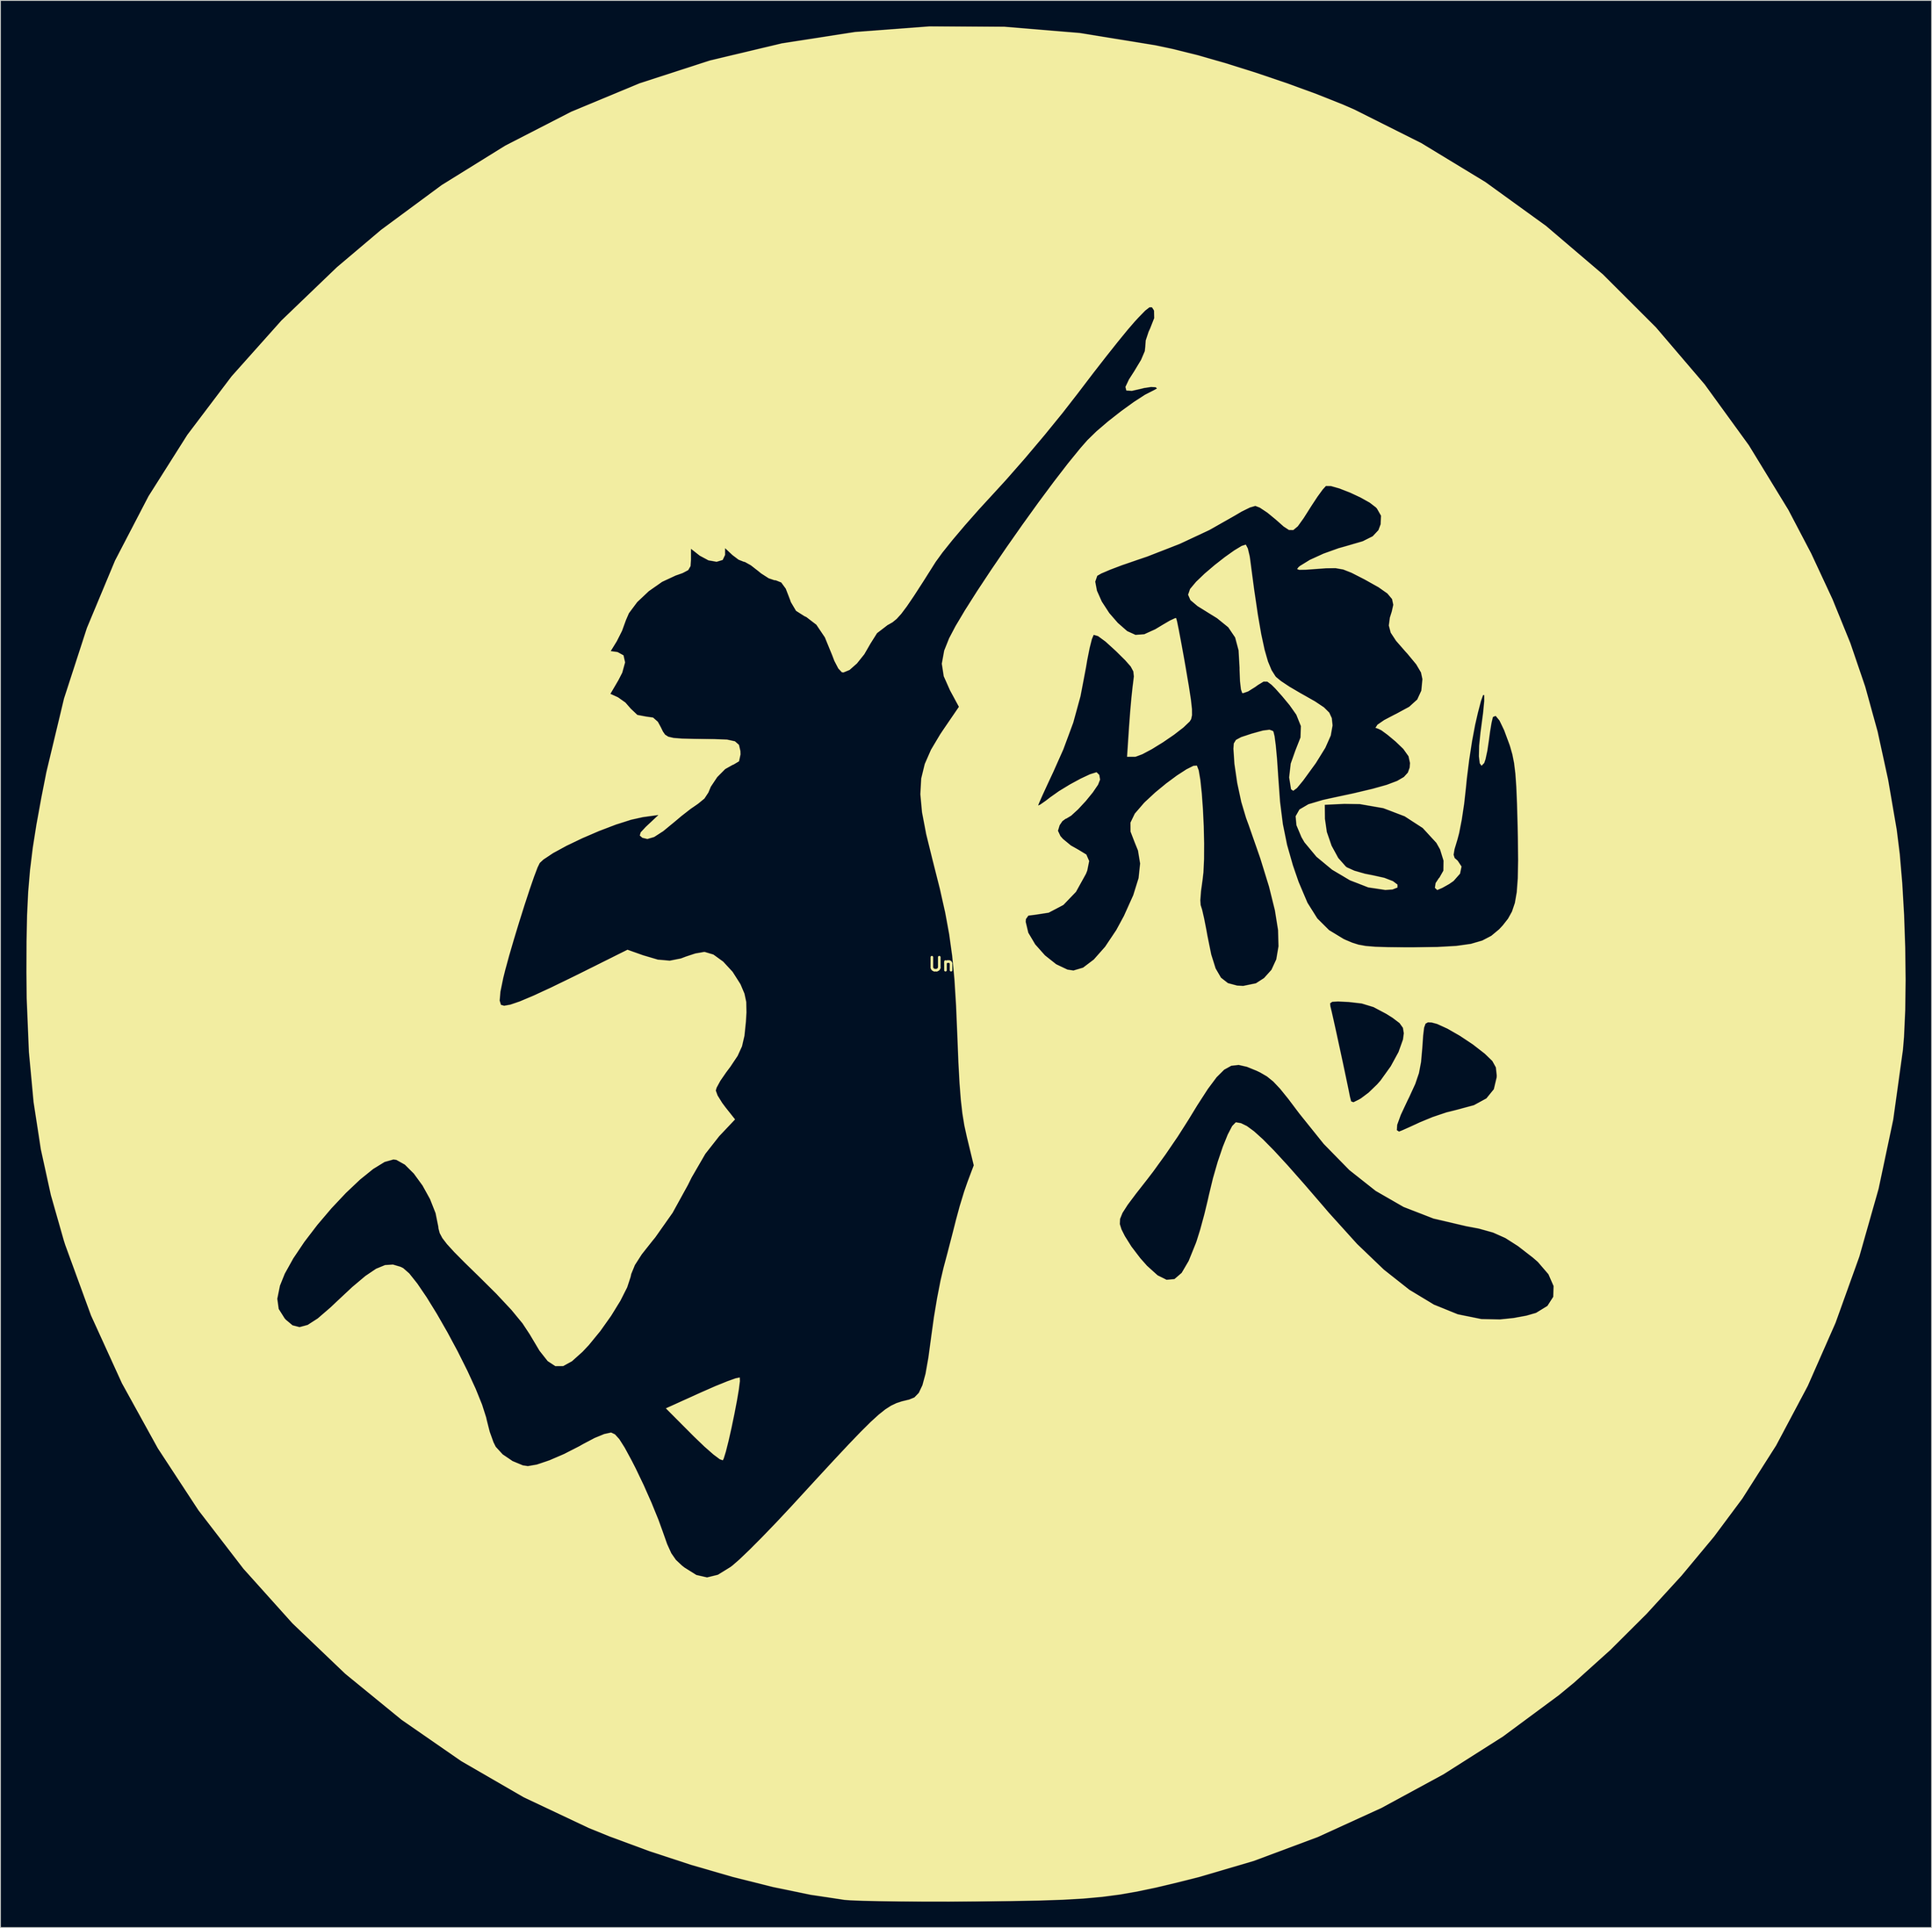
<source format=kicad_pcb>
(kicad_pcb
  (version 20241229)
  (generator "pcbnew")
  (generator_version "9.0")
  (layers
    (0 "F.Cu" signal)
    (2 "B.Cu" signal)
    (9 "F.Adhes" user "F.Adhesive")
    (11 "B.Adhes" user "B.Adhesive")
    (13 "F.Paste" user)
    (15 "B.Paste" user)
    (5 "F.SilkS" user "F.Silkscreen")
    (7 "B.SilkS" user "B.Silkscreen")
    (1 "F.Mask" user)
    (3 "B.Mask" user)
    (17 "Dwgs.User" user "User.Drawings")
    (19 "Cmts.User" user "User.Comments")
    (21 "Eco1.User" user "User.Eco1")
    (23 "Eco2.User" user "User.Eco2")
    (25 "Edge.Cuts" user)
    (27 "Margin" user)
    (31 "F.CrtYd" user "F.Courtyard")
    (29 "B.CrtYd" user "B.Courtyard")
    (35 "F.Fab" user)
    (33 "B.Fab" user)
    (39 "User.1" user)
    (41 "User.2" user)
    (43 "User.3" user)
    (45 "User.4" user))
  (footprint "Untitled"
    (layer "F.Cu")
    (at 108.551 108.327)
    (property "Reference" "Untitled" (at 0 0 0) (layer "F.SilkS") (effects (font (size 1.5 1.5) (thickness 0.3))))
    (attr board_only exclude_from_pos_files exclude_from_bom)
    (fp_poly (pts (xy -26.207 47.727) (xy -26.193 48.141) (xy -26.314 49.091) (xy -26.538 50.416) (xy -26.833 51.957) (xy -27.165 53.553) (xy -27.502 55.044) (xy -27.81 56.271) (xy -28.058 57.073) (xy -28.167 57.288) (xy -28.517 57.164) (xy -29.256 56.609) (xy -30.279 55.711) (xy -31.481 54.557) (xy -31.604 54.434) (xy -34.742 51.282) (xy -30.582 49.397) (xy -29.002 48.704) (xy -27.663 48.161) (xy -26.694 47.815) (xy -26.226 47.718)) (stroke (width 0) (type solid)) (fill yes) (layer "F.SilkS"))
    (fp_poly (pts (xy 32.211 -48.466) (xy 32.44 -48.024) (xy 32.65 -47.141) (xy 32.706 -46.767) (xy 33.17 -43.267) (xy 33.591 -40.408) (xy 33.987 -38.122) (xy 34.372 -36.336) (xy 34.762 -34.981) (xy 35.173 -33.985) (xy 35.62 -33.278) (xy 35.696 -33.186) (xy 36.268 -32.713) (xy 37.268 -32.049) (xy 38.49 -31.332) (xy 38.598 -31.272) (xy 40.179 -30.377) (xy 41.223 -29.68) (xy 41.838 -29.069) (xy 42.132 -28.434) (xy 42.213 -27.663) (xy 42.214 -27.561) (xy 42.012 -26.427) (xy 41.384 -25.01) (xy 40.292 -23.245) (xy 38.82 -21.219) (xy 38.106 -20.355) (xy 37.674 -20.039) (xy 37.436 -20.211) (xy 37.423 -20.241) (xy 37.206 -21.588) (xy 37.388 -23.183) (xy 37.921 -24.685) (xy 38.514 -26.199) (xy 38.56 -27.513) (xy 38.032 -28.832) (xy 37.258 -29.929) (xy 36.395 -30.97) (xy 35.602 -31.858) (xy 35.176 -32.283) (xy 34.689 -32.648) (xy 34.254 -32.654) (xy 33.611 -32.266) (xy 33.282 -32.027) (xy 32.473 -31.521) (xy 31.89 -31.316) (xy 31.786 -31.336) (xy 31.641 -31.759) (xy 31.533 -32.709) (xy 31.482 -33.997) (xy 31.48 -34.275) (xy 31.369 -36.266) (xy 30.97 -37.753) (xy 30.177 -38.925) (xy 28.889 -39.97) (xy 28.055 -40.486) (xy 26.633 -41.37) (xy 25.81 -42.066) (xy 25.539 -42.689) (xy 25.77 -43.353) (xy 26.456 -44.174) (xy 26.482 -44.2) (xy 27.457 -45.134) (xy 28.609 -46.117) (xy 29.798 -47.047) (xy 30.885 -47.818) (xy 31.73 -48.329) (xy 32.194 -48.474)) (stroke (width 0) (type solid)) (fill yes) (layer "F.SilkS"))
    (fp_poly (pts (xy 4.331 -108.29) (xy 13.039 -107.566) (xy 21.761 -106.147) (xy 23.801 -105.713) (xy 26.628 -105.01) (xy 29.898 -104.072) (xy 33.407 -102.968) (xy 36.951 -101.765) (xy 40.326 -100.533) (xy 43.327 -99.339) (xy 44.718 -98.734) (xy 52.464 -94.849) (xy 59.852 -90.357) (xy 66.85 -85.293) (xy 73.425 -79.686) (xy 79.543 -73.571) (xy 85.172 -66.979) (xy 90.278 -59.941) (xy 94.829 -52.491) (xy 97.466 -47.457) (xy 99.926 -42.172) (xy 101.986 -37.105) (xy 103.704 -32.067) (xy 105.137 -26.874) (xy 106.344 -21.339) (xy 107.337 -15.562) (xy 107.692 -12.723) (xy 107.978 -9.383) (xy 108.189 -5.727) (xy 108.319 -1.938) (xy 108.365 1.799) (xy 108.32 5.302) (xy 108.18 8.385) (xy 108.055 9.888) (xy 106.939 17.925) (xy 105.249 25.919) (xy 103.018 33.776) (xy 100.281 41.399) (xy 97.071 48.694) (xy 93.424 55.565) (xy 89.516 61.711) (xy 86.248 66.104) (xy 82.512 70.596) (xy 78.472 75.016) (xy 74.287 79.189) (xy 70.12 82.942) (xy 68.33 84.419) (xy 61.88 89.194) (xy 55.017 93.554) (xy 47.857 97.442) (xy 40.516 100.797) (xy 33.109 103.563) (xy 26.842 105.407) (xy 24.152 106.086) (xy 21.802 106.642) (xy 19.678 107.089) (xy 17.66 107.44) (xy 15.634 107.707) (xy 13.482 107.903) (xy 11.087 108.041) (xy 8.333 108.133) (xy 5.102 108.194) (xy 1.279 108.234) (xy 1.073 108.236) (xy -1.996 108.253) (xy -4.943 108.252) (xy -7.666 108.236) (xy -10.061 108.206) (xy -12.026 108.162) (xy -13.457 108.105) (xy -14.131 108.055) (xy -18.017 107.471) (xy -22.365 106.573) (xy -27.018 105.406) (xy -31.819 104.013) (xy -36.611 102.44) (xy -41.236 100.73) (xy -43.628 99.757) (xy -51.152 96.202) (xy -58.369 92.023) (xy -65.246 87.257) (xy -71.75 81.941) (xy -77.848 76.111) (xy -83.507 69.804) (xy -88.695 63.057) (xy -93.378 55.908) (xy -97.524 48.392) (xy -101.099 40.546) (xy -101.8 38.628) (xy -79.593 38.628) (xy -79.428 39.805) (xy -78.751 40.881) (xy -78.601 41.051) (xy -77.835 41.692) (xy -77.027 41.901) (xy -76.086 41.646) (xy -74.923 40.897) (xy -73.445 39.622) (xy -72.847 39.054) (xy -70.943 37.272) (xy -69.418 35.988) (xy -68.184 35.157) (xy -67.155 34.735) (xy -66.242 34.677) (xy -65.359 34.938) (xy -65.063 35.084) (xy -64.36 35.7) (xy -63.436 36.862) (xy -62.352 38.457) (xy -61.171 40.373) (xy -59.954 42.498) (xy -58.762 44.719) (xy -57.658 46.926) (xy -56.702 49.005) (xy -55.957 50.844) (xy -55.483 52.332) (xy -55.411 52.651) (xy -55.072 53.986) (xy -54.64 55.194) (xy -54.378 55.721) (xy -53.578 56.597) (xy -52.433 57.374) (xy -51.245 57.869) (xy -50.669 57.955) (xy -49.635 57.775) (xy -48.179 57.283) (xy -46.484 56.552) (xy -44.729 55.654) (xy -44.258 55.387) (xy -42.97 54.708) (xy -41.848 54.246) (xy -41.096 54.081) (xy -41.039 54.086) (xy -40.612 54.289) (xy -40.115 54.839) (xy -39.488 55.828) (xy -38.668 57.344) (xy -38.217 58.229) (xy -37.296 60.152) (xy -36.383 62.217) (xy -35.597 64.148) (xy -35.148 65.384) (xy -34.595 66.951) (xy -34.111 68.02) (xy -33.58 68.784) (xy -32.887 69.436) (xy -32.588 69.671) (xy -31.219 70.529) (xy -29.99 70.809) (xy -28.733 70.504) (xy -27.281 69.607) (xy -27.043 69.426) (xy -26.244 68.73) (xy -25.072 67.607) (xy -23.633 66.161) (xy -22.03 64.498) (xy -20.368 62.723) (xy -20.034 62.36) (xy -17.501 59.601) (xy -15.396 57.32) (xy -13.666 55.471) (xy -12.256 54.003) (xy -11.113 52.868) (xy -10.182 52.017) (xy -9.408 51.401) (xy -8.74 50.971) (xy -8.121 50.678) (xy -7.498 50.474) (xy -6.818 50.309) (xy -6.684 50.28) (xy -6.054 50.022) (xy -5.545 49.497) (xy -5.127 48.616) (xy -4.768 47.289) (xy -4.437 45.427) (xy -4.102 42.941) (xy -4.096 42.888) (xy -3.799 40.76) (xy -3.432 38.558) (xy -3.041 36.547) (xy -2.692 35.059) (xy -2.214 33.26) (xy -1.715 31.337) (xy -1.375 30.001) (xy 17.661 30.001) (xy 17.85 30.603) (xy 18.211 31.326) (xy 18.26 31.417) (xy 19.008 32.608) (xy 20.023 33.939) (xy 20.8 34.817) (xy 22.019 35.917) (xy 23.057 36.437) (xy 23.966 36.353) (xy 24.798 35.637) (xy 25.604 34.264) (xy 26.435 32.21) (xy 26.522 31.967) (xy 26.945 30.614) (xy 27.415 28.884) (xy 27.844 27.104) (xy 27.929 26.714) (xy 28.407 24.723) (xy 28.961 22.802) (xy 29.547 21.073) (xy 30.118 19.657) (xy 30.629 18.678) (xy 31.035 18.256) (xy 31.082 18.249) (xy 31.647 18.346) (xy 32.321 18.675) (xy 33.15 19.281) (xy 34.181 20.211) (xy 35.462 21.509) (xy 37.038 23.222) (xy 38.956 25.395) (xy 41.264 28.073) (xy 41.778 28.676) (xy 45.052 32.301) (xy 48.144 35.266) (xy 51.089 37.593) (xy 53.923 39.305) (xy 56.68 40.424) (xy 59.395 40.971) (xy 61.532 41.013) (xy 63.099 40.851) (xy 64.605 40.576) (xy 65.703 40.257) (xy 67.017 39.453) (xy 67.691 38.399) (xy 67.729 37.158) (xy 67.135 35.795) (xy 65.911 34.372) (xy 65.345 33.88) (xy 63.623 32.546) (xy 62.166 31.616) (xy 60.739 30.98) (xy 59.11 30.527) (xy 57.632 30.245) (xy 53.863 29.363) (xy 50.411 28.022) (xy 47.2 26.173) (xy 44.153 23.763) (xy 41.195 20.741) (xy 39.922 19.155) (xy 49.637 19.155) (xy 49.887 19.318) (xy 50.244 19.178) (xy 51.074 18.81) (xy 52.201 18.29) (xy 52.282 18.252) (xy 53.785 17.63) (xy 55.367 17.1) (xy 56.446 16.829) (xy 58.529 16.271) (xy 59.973 15.486) (xy 60.832 14.427) (xy 61.16 13.05) (xy 61.167 12.817) (xy 61.068 11.906) (xy 60.659 11.165) (xy 59.791 10.325) (xy 59.777 10.313) (xy 58.421 9.26) (xy 56.931 8.267) (xy 55.491 7.439) (xy 54.284 6.887) (xy 53.662 6.719) (xy 53.227 6.7) (xy 52.951 6.854) (xy 52.784 7.318) (xy 52.674 8.227) (xy 52.575 9.659) (xy 52.433 11.278) (xy 52.19 12.565) (xy 51.764 13.815) (xy 51.072 15.324) (xy 50.885 15.702) (xy 50.092 17.393) (xy 49.68 18.529) (xy 49.637 19.155) (xy 39.922 19.155) (xy 38.379 17.233) (xy 37.121 15.561) (xy 36.156 14.366) (xy 35.368 13.533) (xy 34.645 12.949) (xy 33.874 12.499) (xy 33.458 12.3) (xy 32.327 11.836) (xy 31.377 11.621) (xy 30.53 11.713) (xy 29.708 12.168) (xy 28.833 13.041) (xy 27.828 14.389) (xy 26.613 16.268) (xy 25.554 18.001) (xy 24.365 19.87) (xy 22.943 21.956) (xy 21.516 23.932) (xy 20.853 24.799) (xy 19.514 26.512) (xy 18.57 27.774) (xy 17.976 28.701) (xy 17.688 29.405) (xy 17.661 30.001) (xy -1.375 30.001) (xy -1.292 29.675) (xy -1.252 29.514) (xy -0.815 27.9) (xy -0.307 26.242) (xy 0.084 25.113) (xy 0.8 23.216) (xy 0.002 19.925) (xy -0.285 18.614) (xy -0.513 17.224) (xy -0.696 15.628) (xy -0.845 13.698) (xy -0.973 11.307) (xy -1.09 8.343) (xy -1.241 4.764) (xy -1.257 4.504) (xy 41.934 4.504) (xy 41.966 4.851) (xy 41.973 4.875) (xy 42.111 5.442) (xy 42.36 6.546) (xy 42.686 8.024) (xy 43.053 9.712) (xy 43.426 11.447) (xy 43.769 13.066) (xy 44.048 14.405) (xy 44.226 15.301) (xy 44.228 15.308) (xy 44.364 15.833) (xy 44.634 15.927) (xy 45.254 15.62) (xy 45.485 15.487) (xy 46.383 14.813) (xy 47.372 13.856) (xy 47.757 13.415) (xy 48.933 11.776) (xy 49.828 10.134) (xy 50.348 8.678) (xy 50.442 7.96) (xy 50.341 7.336) (xy 49.948 6.787) (xy 49.124 6.164) (xy 48.422 5.724) (xy 46.949 4.942) (xy 45.581 4.525) (xy 44.09 4.352) (xy 42.851 4.29) (xy 42.181 4.329) (xy 41.934 4.504) (xy -1.257 4.504) (xy -1.431 1.722) (xy -1.688 -0.965) (xy -2.036 -3.476) (xy -2.298 -4.9) (xy 6.797 -4.9) (xy 7.098 -3.647) (xy 7.894 -2.303) (xy 9.02 -1.035) (xy 10.314 -0.009) (xy 11.614 0.609) (xy 12.303 0.715) (xy 13.415 0.385) (xy 14.657 -0.555) (xy 15.959 -2.027) (xy 17.249 -3.956) (xy 18.129 -5.58) (xy 19.207 -7.975) (xy 19.826 -9.956) (xy 20.003 -11.64) (xy 19.757 -13.148) (xy 19.361 -14.122) (xy 18.896 -15.333) (xy 18.889 -16.367) (xy 19.388 -17.405) (xy 20.439 -18.625) (xy 20.597 -18.784) (xy 21.743 -19.847) (xy 23.002 -20.884) (xy 24.243 -21.804) (xy 25.338 -22.515) (xy 26.154 -22.927) (xy 26.556 -22.956) (xy 26.767 -22.405) (xy 26.958 -21.282) (xy 27.124 -19.733) (xy 27.256 -17.9) (xy 27.349 -15.928) (xy 27.393 -13.961) (xy 27.384 -12.143) (xy 27.312 -10.618) (xy 27.213 -9.751) (xy 27.032 -8.441) (xy 26.954 -7.399) (xy 26.992 -6.831) (xy 27.004 -6.807) (xy 27.16 -6.314) (xy 27.392 -5.298) (xy 27.657 -3.945) (xy 27.765 -3.344) (xy 28.216 -1.122) (xy 28.719 0.476) (xy 29.339 1.544) (xy 30.141 2.172) (xy 31.19 2.453) (xy 31.901 2.493) (xy 33.369 2.192) (xy 34.31 1.583) (xy 35.163 0.633) (xy 35.72 -0.572) (xy 35.976 -2.085) (xy 35.925 -3.958) (xy 35.561 -6.243) (xy 34.878 -8.991) (xy 33.87 -12.256) (xy 32.532 -16.09) (xy 32.237 -16.895) (xy 31.684 -18.742) (xy 31.213 -20.945) (xy 30.888 -23.156) (xy 30.773 -24.896) (xy 30.817 -25.513) (xy 31.065 -25.92) (xy 31.672 -26.246) (xy 32.798 -26.617) (xy 32.941 -26.661) (xy 34.193 -27.004) (xy 34.934 -27.099) (xy 35.321 -26.959) (xy 35.399 -26.861) (xy 35.525 -26.344) (xy 35.665 -25.265) (xy 35.803 -23.778) (xy 35.922 -22.036) (xy 35.93 -21.877) (xy 36.154 -18.794) (xy 36.483 -16.186) (xy 36.963 -13.814) (xy 37.638 -11.439) (xy 38.303 -9.509) (xy 39.321 -7.111) (xy 40.457 -5.301) (xy 41.814 -3.949) (xy 43.497 -2.927) (xy 43.737 -2.815) (xy 44.492 -2.498) (xy 45.218 -2.271) (xy 46.056 -2.119) (xy 47.142 -2.028) (xy 48.615 -1.983) (xy 50.614 -1.968) (xy 51.515 -1.968) (xy 54.3 -2.003) (xy 56.483 -2.126) (xy 58.177 -2.364) (xy 59.493 -2.745) (xy 60.544 -3.296) (xy 61.442 -4.045) (xy 61.858 -4.49) (xy 62.465 -5.263) (xy 62.926 -6.092) (xy 63.259 -7.08) (xy 63.477 -8.33) (xy 63.598 -9.944) (xy 63.636 -12.027) (xy 63.607 -14.68) (xy 63.581 -15.911) (xy 63.51 -18.5) (xy 63.426 -20.501) (xy 63.317 -22.039) (xy 63.171 -23.242) (xy 62.974 -24.236) (xy 62.715 -25.147) (xy 62.653 -25.337) (xy 62.026 -27.032) (xy 61.481 -28.165) (xy 61.044 -28.693) (xy 60.741 -28.573) (xy 60.715 -28.513) (xy 60.571 -27.904) (xy 60.395 -26.844) (xy 60.269 -25.903) (xy 60.084 -24.668) (xy 59.87 -23.676) (xy 59.724 -23.254) (xy 59.414 -22.931) (xy 59.206 -23.221) (xy 59.109 -24.027) (xy 59.136 -25.252) (xy 59.295 -26.8) (xy 59.323 -27.002) (xy 59.594 -29.04) (xy 59.725 -30.406) (xy 59.723 -31.095) (xy 59.596 -31.1) (xy 59.348 -30.415) (xy 58.989 -29.033) (xy 58.671 -27.638) (xy 58.327 -25.819) (xy 57.992 -23.634) (xy 57.716 -21.434) (xy 57.614 -20.408) (xy 57.408 -18.543) (xy 57.134 -16.711) (xy 56.832 -15.169) (xy 56.638 -14.432) (xy 56.3 -13.307) (xy 56.19 -12.657) (xy 56.31 -12.279) (xy 56.658 -11.973) (xy 57.106 -11.295) (xy 56.934 -10.472) (xy 56.186 -9.625) (xy 55.687 -9.278) (xy 54.878 -8.825) (xy 54.338 -8.594) (xy 54.288 -8.587) (xy 54.028 -8.834) (xy 54.113 -9.386) (xy 54.487 -9.955) (xy 54.556 -10.017) (xy 55.009 -10.821) (xy 55.026 -11.975) (xy 54.625 -13.274) (xy 54.196 -14.032) (xy 52.624 -15.742) (xy 50.538 -17.095) (xy 48.072 -18.035) (xy 45.363 -18.504) (xy 43.568 -18.531) (xy 41.32 -18.424) (xy 41.337 -16.808) (xy 41.556 -15.286) (xy 42.106 -13.694) (xy 42.876 -12.28) (xy 43.751 -11.292) (xy 43.891 -11.192) (xy 44.743 -10.811) (xy 45.972 -10.459) (xy 46.784 -10.3) (xy 48.19 -9.992) (xy 49.184 -9.608) (xy 49.711 -9.213) (xy 49.713 -8.87) (xy 49.134 -8.642) (xy 48.309 -8.586) (xy 46.334 -8.885) (xy 44.224 -9.704) (xy 42.168 -10.924) (xy 40.355 -12.426) (xy 38.972 -14.091) (xy 38.624 -14.692) (xy 38.048 -16.064) (xy 37.954 -17.104) (xy 38.395 -17.886) (xy 39.427 -18.488) (xy 41.102 -18.988) (xy 41.768 -19.135) (xy 44.61 -19.746) (xy 46.823 -20.269) (xy 48.483 -20.736) (xy 49.666 -21.181) (xy 50.449 -21.638) (xy 50.907 -22.14) (xy 51.117 -22.72) (xy 51.158 -23.249) (xy 50.983 -24.033) (xy 50.385 -24.875) (xy 49.498 -25.727) (xy 48.578 -26.496) (xy 47.856 -27.025) (xy 47.53 -27.189) (xy 47.166 -27.32) (xy 47.4 -27.677) (xy 48.169 -28.209) (xy 49.411 -28.86) (xy 49.55 -28.926) (xy 51.063 -29.746) (xy 51.993 -30.587) (xy 52.462 -31.608) (xy 52.589 -32.939) (xy 52.423 -33.712) (xy 51.872 -34.647) (xy 50.856 -35.875) (xy 50.621 -36.132) (xy 49.544 -37.367) (xy 48.929 -38.305) (xy 48.713 -39.133) (xy 48.831 -40.039) (xy 49.052 -40.746) (xy 49.225 -41.525) (xy 49.083 -42.189) (xy 48.542 -42.833) (xy 47.517 -43.553) (xy 45.927 -44.443) (xy 45.708 -44.558) (xy 44.404 -45.222) (xy 43.447 -45.602) (xy 42.56 -45.756) (xy 41.463 -45.743) (xy 40.461 -45.67) (xy 39.109 -45.572) (xy 38.365 -45.561) (xy 38.123 -45.653) (xy 38.279 -45.868) (xy 38.458 -46.016) (xy 39.585 -46.71) (xy 41.152 -47.427) (xy 42.894 -48.055) (xy 43.956 -48.354) (xy 45.701 -48.866) (xy 46.846 -49.438) (xy 47.51 -50.145) (xy 47.764 -50.823) (xy 47.811 -51.811) (xy 47.343 -52.634) (xy 47.215 -52.776) (xy 46.518 -53.313) (xy 45.455 -53.911) (xy 44.223 -54.486) (xy 43.015 -54.956) (xy 42.029 -55.237) (xy 41.458 -55.246) (xy 41.447 -55.24) (xy 41.079 -54.838) (xy 40.476 -54.008) (xy 39.809 -52.996) (xy 38.873 -51.52) (xy 38.206 -50.59) (xy 37.683 -50.154) (xy 37.178 -50.164) (xy 36.566 -50.569) (xy 35.72 -51.317) (xy 35.689 -51.346) (xy 34.691 -52.166) (xy 33.823 -52.743) (xy 33.302 -52.946) (xy 32.682 -52.763) (xy 31.716 -52.288) (xy 30.926 -51.821) (xy 27.998 -50.159) (xy 24.566 -48.554) (xy 20.839 -47.101) (xy 19.557 -46.663) (xy 17.934 -46.104) (xy 16.536 -45.575) (xy 15.52 -45.139) (xy 15.058 -44.875) (xy 14.823 -44.197) (xy 15.02 -43.154) (xy 15.583 -41.892) (xy 16.449 -40.562) (xy 17.434 -39.429) (xy 18.514 -38.483) (xy 19.468 -38.051) (xy 20.481 -38.124) (xy 21.739 -38.693) (xy 22.561 -39.188) (xy 23.438 -39.703) (xy 24.031 -39.979) (xy 24.164 -39.992) (xy 24.266 -39.614) (xy 24.464 -38.653) (xy 24.734 -37.23) (xy 25.054 -35.469) (xy 25.266 -34.265) (xy 25.631 -32.116) (xy 25.869 -30.56) (xy 25.987 -29.483) (xy 25.994 -28.776) (xy 25.898 -28.326) (xy 25.734 -28.054) (xy 25.01 -27.361) (xy 23.925 -26.522) (xy 22.653 -25.65) (xy 21.373 -24.86) (xy 20.26 -24.265) (xy 19.491 -23.979) (xy 19.387 -23.969) (xy 18.495 -23.969) (xy 18.728 -27.457) (xy 18.856 -29.171) (xy 19 -30.801) (xy 19.138 -32.09) (xy 19.19 -32.489) (xy 19.28 -33.251) (xy 19.219 -33.831) (xy 18.917 -34.397) (xy 18.284 -35.118) (xy 17.228 -36.163) (xy 17.192 -36.197) (xy 16.01 -37.274) (xy 15.145 -37.908) (xy 14.665 -38.051) (xy 14.631 -38.028) (xy 14.432 -37.546) (xy 14.176 -36.532) (xy 13.903 -35.157) (xy 13.762 -34.319) (xy 13.122 -30.962) (xy 12.283 -27.905) (xy 11.15 -24.845) (xy 9.981 -22.217) (xy 9.288 -20.734) (xy 8.725 -19.504) (xy 8.351 -18.66) (xy 8.228 -18.341) (xy 8.477 -18.449) (xy 9.115 -18.897) (xy 9.606 -19.276) (xy 10.628 -20) (xy 11.869 -20.758) (xy 13.131 -21.444) (xy 14.219 -21.953) (xy 14.936 -22.177) (xy 14.988 -22.18) (xy 15.291 -21.876) (xy 15.383 -21.337) (xy 15.149 -20.744) (xy 14.548 -19.86) (xy 13.729 -18.855) (xy 12.843 -17.9) (xy 12.04 -17.165) (xy 11.469 -16.821) (xy 11.409 -16.814) (xy 11.032 -16.536) (xy 10.714 -16.065) (xy 10.521 -15.424) (xy 10.804 -14.816) (xy 11.095 -14.484) (xy 12.013 -13.726) (xy 12.889 -13.233) (xy 13.799 -12.678) (xy 14.123 -11.929) (xy 13.905 -10.837) (xy 13.759 -10.463) (xy 12.603 -8.374) (xy 11.149 -6.859) (xy 9.45 -5.964) (xy 7.882 -5.724) (xy 7.105 -5.625) (xy 6.82 -5.224) (xy 6.797 -4.9) (xy -2.298 -4.9) (xy -2.499 -5.989) (xy -3.104 -8.686) (xy -3.876 -11.746) (xy -3.947 -12.018) (xy -4.695 -15.056) (xy -5.171 -17.557) (xy -5.364 -19.652) (xy -5.263 -21.469) (xy -4.857 -23.138) (xy -4.134 -24.789) (xy -3.084 -26.552) (xy -2.65 -27.201) (xy -0.914 -29.742) (xy -1.943 -31.646) (xy -2.666 -33.274) (xy -2.887 -34.723) (xy -2.611 -36.243) (xy -2.044 -37.658) (xy -1.318 -39.042) (xy -0.222 -40.884) (xy 1.17 -43.08) (xy 2.787 -45.527) (xy 4.554 -48.12) (xy 6.401 -50.755) (xy 8.253 -53.328) (xy 10.039 -55.734) (xy 11.686 -57.871) (xy 13.121 -59.632) (xy 13.921 -60.544) (xy 14.95 -61.548) (xy 16.295 -62.7) (xy 17.79 -63.873) (xy 19.266 -64.942) (xy 20.558 -65.781) (xy 21.499 -66.264) (xy 21.525 -66.273) (xy 21.945 -66.506) (xy 21.807 -66.652) (xy 21.266 -66.68) (xy 20.477 -66.563) (xy 20.262 -66.509) (xy 19.052 -66.232) (xy 18.41 -66.272) (xy 18.307 -66.69) (xy 18.714 -67.55) (xy 19.327 -68.508) (xy 20.109 -69.807) (xy 20.545 -70.823) (xy 20.599 -71.334) (xy 20.651 -72.058) (xy 20.983 -73.063) (xy 21.159 -73.44) (xy 21.628 -74.633) (xy 21.609 -75.481) (xy 21.572 -75.576) (xy 21.37 -75.883) (xy 21.081 -75.883) (xy 20.593 -75.505) (xy 19.795 -74.683) (xy 19.367 -74.218) (xy 18.567 -73.289) (xy 17.441 -71.911) (xy 16.089 -70.208) (xy 14.61 -68.307) (xy 13.105 -66.331) (xy 12.874 -66.025) (xy 11.059 -63.688) (xy 8.937 -61.08) (xy 6.701 -58.429) (xy 4.54 -55.964) (xy 3.077 -54.366) (xy 1.403 -52.543) (xy -0.206 -50.719) (xy -1.643 -49.02) (xy -2.805 -47.569) (xy -3.586 -46.492) (xy -3.652 -46.389) (xy -5.033 -44.204) (xy -6.104 -42.546) (xy -6.929 -41.331) (xy -7.571 -40.476) (xy -8.095 -39.898) (xy -8.563 -39.513) (xy -9.04 -39.237) (xy -9.134 -39.192) (xy -10.364 -38.248) (xy -11.112 -37.059) (xy -11.832 -35.813) (xy -12.685 -34.747) (xy -13.535 -33.999) (xy -14.245 -33.707) (xy -14.43 -33.735) (xy -14.837 -34.169) (xy -15.295 -35.053) (xy -15.526 -35.66) (xy -16.386 -37.762) (xy -17.368 -39.221) (xy -18.522 -40.107) (xy -18.732 -40.202) (xy -19.716 -40.828) (xy -20.311 -41.835) (xy -20.399 -42.09) (xy -20.902 -43.389) (xy -21.423 -44.102) (xy -22.063 -44.354) (xy -22.212 -44.361) (xy -22.871 -44.586) (xy -23.75 -45.152) (xy -24.093 -45.434) (xy -24.93 -46.084) (xy -25.607 -46.466) (xy -25.782 -46.507) (xy -26.354 -46.735) (xy -27.074 -47.283) (xy -27.076 -47.285) (xy -27.904 -48.063) (xy -27.904 -47.285) (xy -28.18 -46.702) (xy -28.882 -46.492) (xy -29.828 -46.657) (xy -30.831 -47.198) (xy -30.897 -47.249) (xy -31.839 -47.99) (xy -31.839 -46.741) (xy -31.89 -45.992) (xy -32.156 -45.533) (xy -32.812 -45.183) (xy -33.618 -44.901) (xy -35.173 -44.174) (xy -36.708 -43.099) (xy -38.045 -41.838) (xy -39.004 -40.551) (xy -39.341 -39.772) (xy -39.796 -38.521) (xy -40.391 -37.335) (xy -40.402 -37.317) (xy -41.103 -36.177) (xy -40.317 -36.065) (xy -39.627 -35.689) (xy -39.444 -34.874) (xy -39.773 -33.685) (xy -40.224 -32.805) (xy -41.141 -31.239) (xy -40.266 -30.84) (xy -39.411 -30.236) (xy -38.793 -29.53) (xy -38.031 -28.807) (xy -37.052 -28.62) (xy -36.216 -28.501) (xy -35.665 -28.015) (xy -35.314 -27.375) (xy -35.074 -26.879) (xy -34.827 -26.526) (xy -34.458 -26.291) (xy -33.849 -26.148) (xy -32.887 -26.072) (xy -31.453 -26.037) (xy -29.434 -26.017) (xy -29.156 -26.014) (xy -27.674 -25.956) (xy -26.768 -25.761) (xy -26.3 -25.348) (xy -26.134 -24.639) (xy -26.121 -24.244) (xy -26.293 -23.448) (xy -26.945 -23.06) (xy -27.024 -23.039) (xy -27.896 -22.547) (xy -28.809 -21.625) (xy -29.552 -20.509) (xy -29.83 -19.843) (xy -30.285 -19.148) (xy -31.04 -18.53) (xy -31.869 -17.962) (xy -32.935 -17.131) (xy -33.634 -16.541) (xy -35.049 -15.376) (xy -36.097 -14.703) (xy -36.878 -14.474) (xy -37.454 -14.614) (xy -37.752 -14.877) (xy -37.648 -15.24) (xy -37.077 -15.856) (xy -36.823 -16.097) (xy -35.596 -17.248) (xy -37.385 -17.001) (xy -38.765 -16.695) (xy -40.49 -16.144) (xy -42.406 -15.415) (xy -44.356 -14.577) (xy -46.188 -13.7) (xy -47.745 -12.852) (xy -48.872 -12.103) (xy -49.298 -11.704) (xy -49.551 -11.184) (xy -49.958 -10.107) (xy -50.476 -8.605) (xy -51.064 -6.811) (xy -51.68 -4.856) (xy -52.283 -2.872) (xy -52.831 -0.991) (xy -53.281 0.656) (xy -53.504 1.552) (xy -53.837 3.169) (xy -53.924 4.189) (xy -53.776 4.68) (xy -53.409 4.785) (xy -52.702 4.659) (xy -51.602 4.282) (xy -50.057 3.632) (xy -48.014 2.688) (xy -45.421 1.428) (xy -44.006 0.726) (xy -39.173 -1.687) (xy -37.385 -1.05) (xy -35.668 -0.543) (xy -34.292 -0.422) (xy -33.002 -0.679) (xy -32.431 -0.894) (xy -31.338 -1.254) (xy -30.354 -1.428) (xy -30.254 -1.431) (xy -29.249 -1.127) (xy -28.123 -0.312) (xy -27.035 0.867) (xy -26.147 2.263) (xy -26.091 2.376) (xy -25.666 3.389) (xy -25.46 4.352) (xy -25.435 5.549) (xy -25.5 6.621) (xy -25.667 8.245) (xy -25.951 9.473) (xy -26.455 10.574) (xy -27.286 11.82) (xy -27.782 12.483) (xy -28.449 13.45) (xy -28.883 14.251) (xy -28.977 14.578) (xy -28.768 15.148) (xy -28.234 16.011) (xy -27.864 16.507) (xy -26.751 17.912) (xy -28.582 19.849) (xy -30.183 21.89) (xy -31.758 24.608) (xy -32.186 25.471) (xy -33.96 28.696) (xy -35.97 31.549) (xy -36.262 31.904) (xy -37.515 33.488) (xy -38.313 34.731) (xy -38.736 35.765) (xy -38.812 36.11) (xy -39.206 37.311) (xy -39.99 38.862) (xy -41.058 40.598) (xy -42.304 42.355) (xy -43.621 43.965) (xy -44.355 44.747) (xy -45.574 45.84) (xy -46.593 46.404) (xy -47.5 46.409) (xy -48.382 45.828) (xy -49.327 44.63) (xy -50.423 42.788) (xy -50.444 42.751) (xy -51.283 41.476) (xy -52.56 39.923) (xy -54.321 38.04) (xy -56.267 36.108) (xy -57.941 34.473) (xy -59.164 33.238) (xy -60.008 32.314) (xy -60.545 31.613) (xy -60.846 31.046) (xy -60.984 30.525) (xy -61.013 30.265) (xy -61.323 28.74) (xy -61.961 27.119) (xy -62.829 25.548) (xy -63.831 24.173) (xy -64.868 23.138) (xy -65.845 22.589) (xy -66.188 22.538) (xy -67.205 22.827) (xy -68.513 23.629) (xy -70.029 24.852) (xy -71.667 26.401) (xy -73.343 28.182) (xy -74.972 30.1) (xy -76.47 32.061) (xy -77.751 33.971) (xy -78.732 35.737) (xy -79.285 37.114) (xy -79.593 38.628) (xy -101.8 38.628) (xy -104.072 32.408) (xy -104.23 31.913) (xy -105.729 26.649) (xy -106.888 21.362) (xy -107.726 15.906) (xy -108.264 10.137) (xy -108.521 3.91) (xy -108.551 0.894) (xy -108.537 -2.648) (xy -108.475 -5.674) (xy -108.347 -8.361) (xy -108.135 -10.888) (xy -107.822 -13.433) (xy -107.39 -16.173) (xy -106.821 -19.287) (xy -106.252 -22.18) (xy -104.209 -30.707) (xy -101.567 -38.855) (xy -98.32 -46.638) (xy -94.458 -54.068) (xy -89.975 -61.158) (xy -84.864 -67.919) (xy -79.115 -74.364) (xy -72.722 -80.506) (xy -67.614 -84.829) (xy -60.612 -90.005) (xy -53.281 -94.556) (xy -45.655 -98.477) (xy -37.768 -101.758) (xy -29.658 -104.391) (xy -21.357 -106.369) (xy -12.902 -107.684) (xy -4.328 -108.327)) (stroke (width 0) (type solid)) (fill yes) (layer "F.SilkS")))
  (gr_rect
    (start -3 -3)
    (end 219.916 219.58)
    (stroke (width 0.1) (type default))
    (fill no)
    (layer "Edge.Cuts")))
</source>
